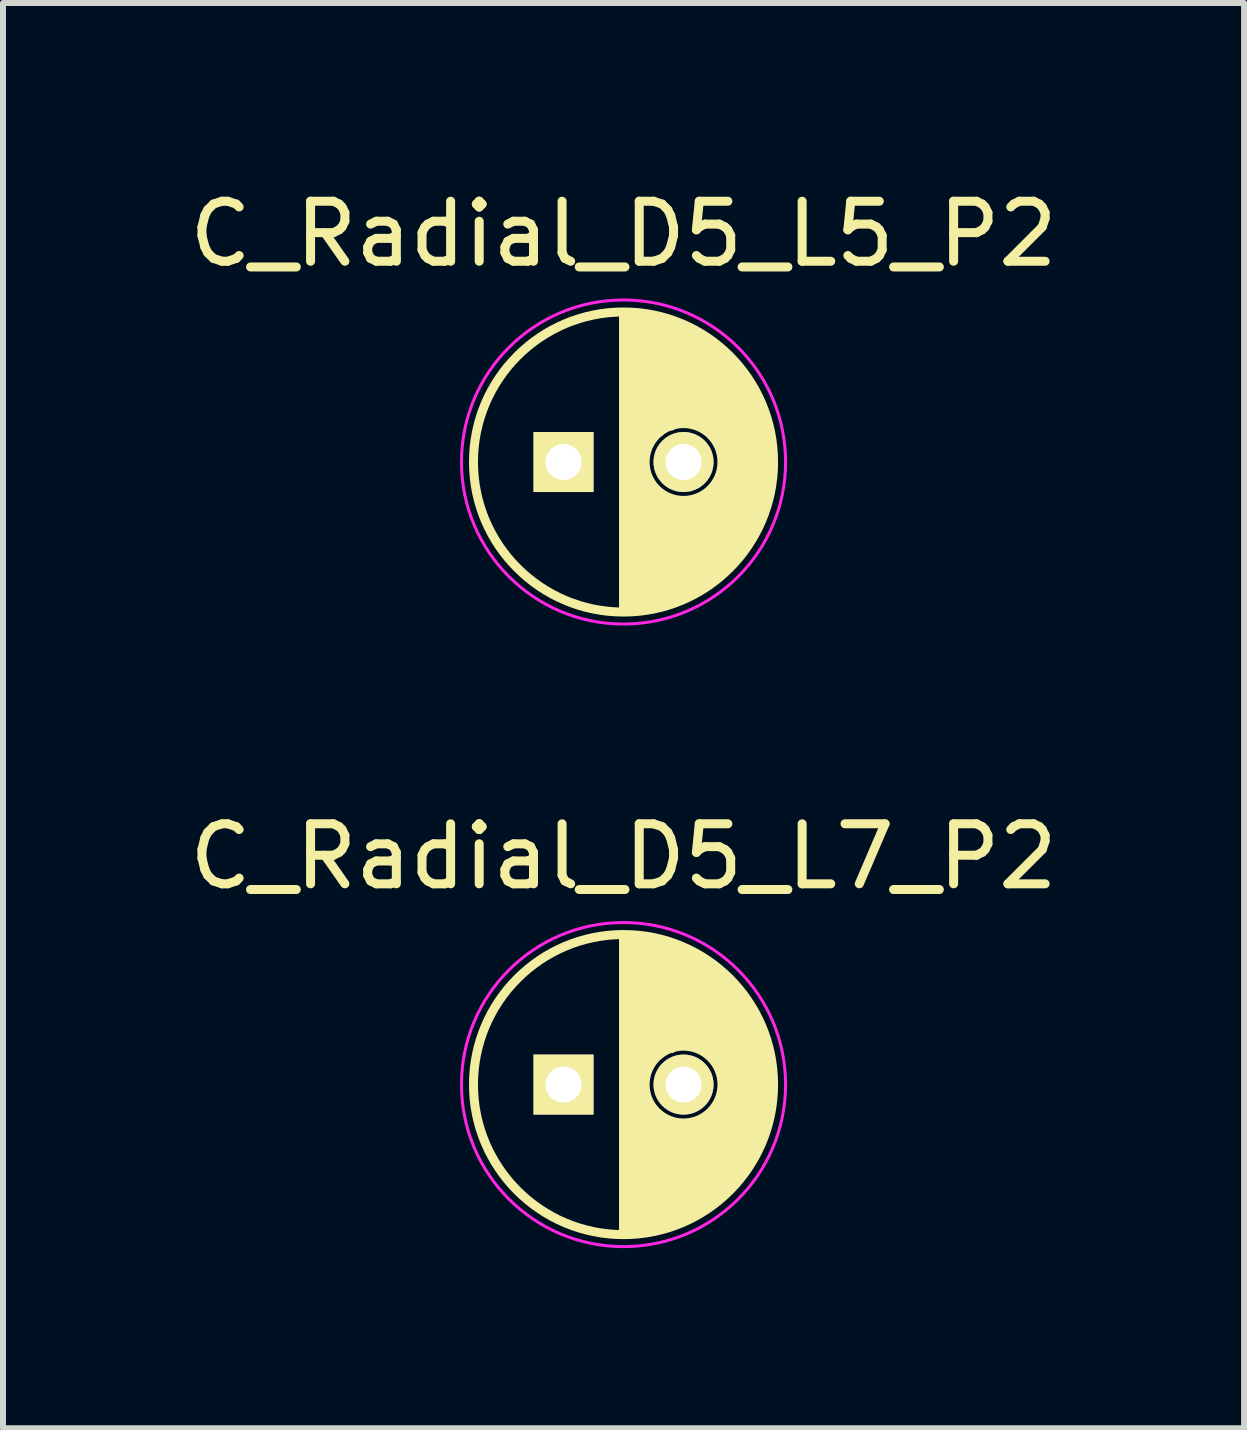
<source format=kicad_pcb>
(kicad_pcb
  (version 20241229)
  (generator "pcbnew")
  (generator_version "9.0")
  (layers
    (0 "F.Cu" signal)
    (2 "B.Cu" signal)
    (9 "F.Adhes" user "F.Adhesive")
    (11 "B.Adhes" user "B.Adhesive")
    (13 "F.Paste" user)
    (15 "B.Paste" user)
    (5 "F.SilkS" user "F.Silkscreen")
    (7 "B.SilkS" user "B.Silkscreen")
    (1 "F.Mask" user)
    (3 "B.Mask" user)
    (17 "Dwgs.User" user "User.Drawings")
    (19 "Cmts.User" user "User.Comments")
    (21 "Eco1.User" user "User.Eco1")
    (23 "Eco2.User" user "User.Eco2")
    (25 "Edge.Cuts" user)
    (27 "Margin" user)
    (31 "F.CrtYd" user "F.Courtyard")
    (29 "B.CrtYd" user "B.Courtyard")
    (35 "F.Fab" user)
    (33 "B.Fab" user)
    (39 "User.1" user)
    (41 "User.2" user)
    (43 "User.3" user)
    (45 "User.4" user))
  (footprint "C_Radial_D5_L7_P2"
    (layer "F.Cu")
    (at 6.339 15.021)
    (property "Reference" "C_Radial_D5_L7_P2" (at 1 -3.8 0) (layer "F.SilkS") (effects (font (size 1 1) (thickness 0.15))))
    (attr through_hole)
    (fp_line (start 1 -2.45) (end 1 2.45) (stroke (width 0.15) (type solid)) (layer "F.SilkS"))
    (fp_line (start 1.1 2.45) (end 1.1 -2.45) (stroke (width 0.15) (type solid)) (layer "F.SilkS"))
    (fp_line (start 1.2 -2.45) (end 1.2 2.45) (stroke (width 0.15) (type solid)) (layer "F.SilkS"))
    (fp_line (start 1.3 2.45) (end 1.3 -2.4) (stroke (width 0.15) (type solid)) (layer "F.SilkS"))
    (fp_line (start 1.35 0.25) (end 1.35 2.45) (stroke (width 0.15) (type solid)) (layer "F.SilkS"))
    (fp_line (start 1.4 -2.4) (end 1.4 -0.35) (stroke (width 0.15) (type solid)) (layer "F.SilkS"))
    (fp_line (start 1.45 2.4) (end 1.45 0.4) (stroke (width 0.15) (type solid)) (layer "F.SilkS"))
    (fp_line (start 1.5 -0.45) (end 1.5 -2.4) (stroke (width 0.15) (type solid)) (layer "F.SilkS"))
    (fp_line (start 1.55 0.5) (end 1.55 2.35) (stroke (width 0.15) (type solid)) (layer "F.SilkS"))
    (fp_line (start 1.6 -2.35) (end 1.6 -0.5) (stroke (width 0.15) (type solid)) (layer "F.SilkS"))
    (fp_line (start 1.65 0.6) (end 1.65 2.35) (stroke (width 0.15) (type solid)) (layer "F.SilkS"))
    (fp_line (start 1.7 -0.6) (end 1.7 -2.35) (stroke (width 0.15) (type solid)) (layer "F.SilkS"))
    (fp_line (start 1.75 0.6) (end 1.75 2.3) (stroke (width 0.15) (type solid)) (layer "F.SilkS"))
    (fp_line (start 1.8 -2.3) (end 1.8 -0.6) (stroke (width 0.15) (type solid)) (layer "F.SilkS"))
    (fp_line (start 1.85 0.65) (end 1.85 2.3) (stroke (width 0.15) (type solid)) (layer "F.SilkS"))
    (fp_line (start 1.9 -0.65) (end 1.9 -2.25) (stroke (width 0.15) (type solid)) (layer "F.SilkS"))
    (fp_line (start 1.95 2.25) (end 1.95 0.65) (stroke (width 0.15) (type solid)) (layer "F.SilkS"))
    (fp_line (start 2 -2.25) (end 2 -0.7) (stroke (width 0.15) (type solid)) (layer "F.SilkS"))
    (fp_line (start 2.05 0.65) (end 2.05 2.2) (stroke (width 0.15) (type solid)) (layer "F.SilkS"))
    (fp_line (start 2.1 -0.65) (end 2.1 -2.15) (stroke (width 0.15) (type solid)) (layer "F.SilkS"))
    (fp_line (start 2.15 2.2) (end 2.15 0.65) (stroke (width 0.15) (type solid)) (layer "F.SilkS"))
    (fp_line (start 2.2 -2.15) (end 2.2 -0.7) (stroke (width 0.15) (type solid)) (layer "F.SilkS"))
    (fp_line (start 2.25 0.6) (end 2.25 2.1) (stroke (width 0.15) (type solid)) (layer "F.SilkS"))
    (fp_line (start 2.3 -0.6) (end 2.3 -2.05) (stroke (width 0.15) (type solid)) (layer "F.SilkS"))
    (fp_line (start 2.3 0.6) (end 2.3 2.1) (stroke (width 0.15) (type solid)) (layer "F.SilkS"))
    (fp_line (start 2.4 -2) (end 2.4 -0.55) (stroke (width 0.15) (type solid)) (layer "F.SilkS"))
    (fp_line (start 2.4 2) (end 2.4 0.55) (stroke (width 0.15) (type solid)) (layer "F.SilkS"))
    (fp_line (start 2.5 -1.95) (end 2.5 -0.5) (stroke (width 0.15) (type solid)) (layer "F.SilkS"))
    (fp_line (start 2.5 0.45) (end 2.5 1.95) (stroke (width 0.15) (type solid)) (layer "F.SilkS"))
    (fp_line (start 2.6 -1.85) (end 2.6 -0.35) (stroke (width 0.15) (type solid)) (layer "F.SilkS"))
    (fp_line (start 2.6 0.35) (end 2.6 1.85) (stroke (width 0.15) (type solid)) (layer "F.SilkS"))
    (fp_line (start 2.7 -1.75) (end 2.7 1.75) (stroke (width 0.15) (type solid)) (layer "F.SilkS"))
    (fp_line (start 2.8 1.7) (end 2.8 -1.7) (stroke (width 0.15) (type solid)) (layer "F.SilkS"))
    (fp_line (start 2.9 -1.55) (end 2.9 1.55) (stroke (width 0.15) (type solid)) (layer "F.SilkS"))
    (fp_line (start 3 1.45) (end 3 -1.4) (stroke (width 0.15) (type solid)) (layer "F.SilkS"))
    (fp_line (start 3.1 -1.25) (end 3.1 1.25) (stroke (width 0.15) (type solid)) (layer "F.SilkS"))
    (fp_line (start 3.2 1.1) (end 3.2 -1.05) (stroke (width 0.15) (type solid)) (layer "F.SilkS"))
    (fp_line (start 3.3 -0.8) (end 3.3 0.85) (stroke (width 0.15) (type solid)) (layer "F.SilkS"))
    (fp_line (start 3.4 0.55) (end 3.4 -0.55) (stroke (width 0.15) (type solid)) (layer "F.SilkS"))
    (fp_circle (center 1 0) (end 1 2.5) (stroke (width 0.15) (type solid)) (fill no) (layer "F.SilkS"))
    (fp_circle (center 2 0) (end 2.4 0.5) (stroke (width 0.15) (type solid)) (fill no) (layer "F.SilkS"))
    (fp_circle (center 1 0) (end 1 2.7) (stroke (width 0.05) (type solid)) (fill no) (layer "F.CrtYd"))
    (pad "1" thru_hole rect (at 0 0) (size 1 1) (drill 0.6) (layers "*.Cu" "*.Mask" "F.SilkS"))
    (pad "2" thru_hole circle (at 2 0) (size 1 1) (drill 0.6) (layers "*.Cu" "*.Mask" "F.SilkS")))
  (footprint "C_Radial_D5_L5_P2"
    (layer "F.Cu")
    (at 6.339 4.648)
    (property "Reference" "C_Radial_D5_L5_P2" (at 1 -3.8 0) (layer "F.SilkS") (effects (font (size 1 1) (thickness 0.15))))
    (attr through_hole)
    (fp_line (start 1 -2.45) (end 1 2.45) (stroke (width 0.15) (type solid)) (layer "F.SilkS"))
    (fp_line (start 1.1 2.45) (end 1.1 -2.45) (stroke (width 0.15) (type solid)) (layer "F.SilkS"))
    (fp_line (start 1.2 -2.45) (end 1.2 2.45) (stroke (width 0.15) (type solid)) (layer "F.SilkS"))
    (fp_line (start 1.3 2.45) (end 1.3 -2.4) (stroke (width 0.15) (type solid)) (layer "F.SilkS"))
    (fp_line (start 1.35 0.25) (end 1.35 2.45) (stroke (width 0.15) (type solid)) (layer "F.SilkS"))
    (fp_line (start 1.4 -2.4) (end 1.4 -0.35) (stroke (width 0.15) (type solid)) (layer "F.SilkS"))
    (fp_line (start 1.45 2.4) (end 1.45 0.4) (stroke (width 0.15) (type solid)) (layer "F.SilkS"))
    (fp_line (start 1.5 -0.45) (end 1.5 -2.4) (stroke (width 0.15) (type solid)) (layer "F.SilkS"))
    (fp_line (start 1.55 0.5) (end 1.55 2.35) (stroke (width 0.15) (type solid)) (layer "F.SilkS"))
    (fp_line (start 1.6 -2.35) (end 1.6 -0.5) (stroke (width 0.15) (type solid)) (layer "F.SilkS"))
    (fp_line (start 1.65 0.6) (end 1.65 2.35) (stroke (width 0.15) (type solid)) (layer "F.SilkS"))
    (fp_line (start 1.7 -0.6) (end 1.7 -2.35) (stroke (width 0.15) (type solid)) (layer "F.SilkS"))
    (fp_line (start 1.75 0.6) (end 1.75 2.3) (stroke (width 0.15) (type solid)) (layer "F.SilkS"))
    (fp_line (start 1.8 -2.3) (end 1.8 -0.6) (stroke (width 0.15) (type solid)) (layer "F.SilkS"))
    (fp_line (start 1.85 0.65) (end 1.85 2.3) (stroke (width 0.15) (type solid)) (layer "F.SilkS"))
    (fp_line (start 1.9 -0.65) (end 1.9 -2.25) (stroke (width 0.15) (type solid)) (layer "F.SilkS"))
    (fp_line (start 1.95 2.25) (end 1.95 0.65) (stroke (width 0.15) (type solid)) (layer "F.SilkS"))
    (fp_line (start 2 -2.25) (end 2 -0.7) (stroke (width 0.15) (type solid)) (layer "F.SilkS"))
    (fp_line (start 2.05 0.65) (end 2.05 2.2) (stroke (width 0.15) (type solid)) (layer "F.SilkS"))
    (fp_line (start 2.1 -0.65) (end 2.1 -2.15) (stroke (width 0.15) (type solid)) (layer "F.SilkS"))
    (fp_line (start 2.15 2.2) (end 2.15 0.65) (stroke (width 0.15) (type solid)) (layer "F.SilkS"))
    (fp_line (start 2.2 -2.15) (end 2.2 -0.7) (stroke (width 0.15) (type solid)) (layer "F.SilkS"))
    (fp_line (start 2.25 0.6) (end 2.25 2.1) (stroke (width 0.15) (type solid)) (layer "F.SilkS"))
    (fp_line (start 2.3 -0.6) (end 2.3 -2.05) (stroke (width 0.15) (type solid)) (layer "F.SilkS"))
    (fp_line (start 2.3 0.6) (end 2.3 2.1) (stroke (width 0.15) (type solid)) (layer "F.SilkS"))
    (fp_line (start 2.4 -2) (end 2.4 -0.55) (stroke (width 0.15) (type solid)) (layer "F.SilkS"))
    (fp_line (start 2.4 2) (end 2.4 0.55) (stroke (width 0.15) (type solid)) (layer "F.SilkS"))
    (fp_line (start 2.5 -1.95) (end 2.5 -0.5) (stroke (width 0.15) (type solid)) (layer "F.SilkS"))
    (fp_line (start 2.5 0.45) (end 2.5 1.95) (stroke (width 0.15) (type solid)) (layer "F.SilkS"))
    (fp_line (start 2.6 -1.85) (end 2.6 -0.35) (stroke (width 0.15) (type solid)) (layer "F.SilkS"))
    (fp_line (start 2.6 0.35) (end 2.6 1.85) (stroke (width 0.15) (type solid)) (layer "F.SilkS"))
    (fp_line (start 2.7 -1.75) (end 2.7 1.75) (stroke (width 0.15) (type solid)) (layer "F.SilkS"))
    (fp_line (start 2.8 1.7) (end 2.8 -1.7) (stroke (width 0.15) (type solid)) (layer "F.SilkS"))
    (fp_line (start 2.9 -1.55) (end 2.9 1.55) (stroke (width 0.15) (type solid)) (layer "F.SilkS"))
    (fp_line (start 3 1.45) (end 3 -1.4) (stroke (width 0.15) (type solid)) (layer "F.SilkS"))
    (fp_line (start 3.1 -1.25) (end 3.1 1.25) (stroke (width 0.15) (type solid)) (layer "F.SilkS"))
    (fp_line (start 3.2 1.1) (end 3.2 -1.05) (stroke (width 0.15) (type solid)) (layer "F.SilkS"))
    (fp_line (start 3.3 -0.8) (end 3.3 0.85) (stroke (width 0.15) (type solid)) (layer "F.SilkS"))
    (fp_line (start 3.4 0.55) (end 3.4 -0.55) (stroke (width 0.15) (type solid)) (layer "F.SilkS"))
    (fp_circle (center 1 0) (end 1 2.5) (stroke (width 0.15) (type solid)) (fill no) (layer "F.SilkS"))
    (fp_circle (center 2 0) (end 2.4 0.5) (stroke (width 0.15) (type solid)) (fill no) (layer "F.SilkS"))
    (fp_circle (center 1 0) (end 1 2.7) (stroke (width 0.05) (type solid)) (fill no) (layer "F.CrtYd"))
    (pad "1" thru_hole rect (at 0 0) (size 1 1) (drill 0.6) (layers "*.Cu" "*.Mask" "F.SilkS"))
    (pad "2" thru_hole circle (at 2 0) (size 1 1) (drill 0.6) (layers "*.Cu" "*.Mask" "F.SilkS")))
  (gr_rect
    (start -3 -3)
    (end 17.679 20.747)
    (stroke (width 0.1) (type default))
    (fill no)
    (layer "Edge.Cuts")))
</source>
